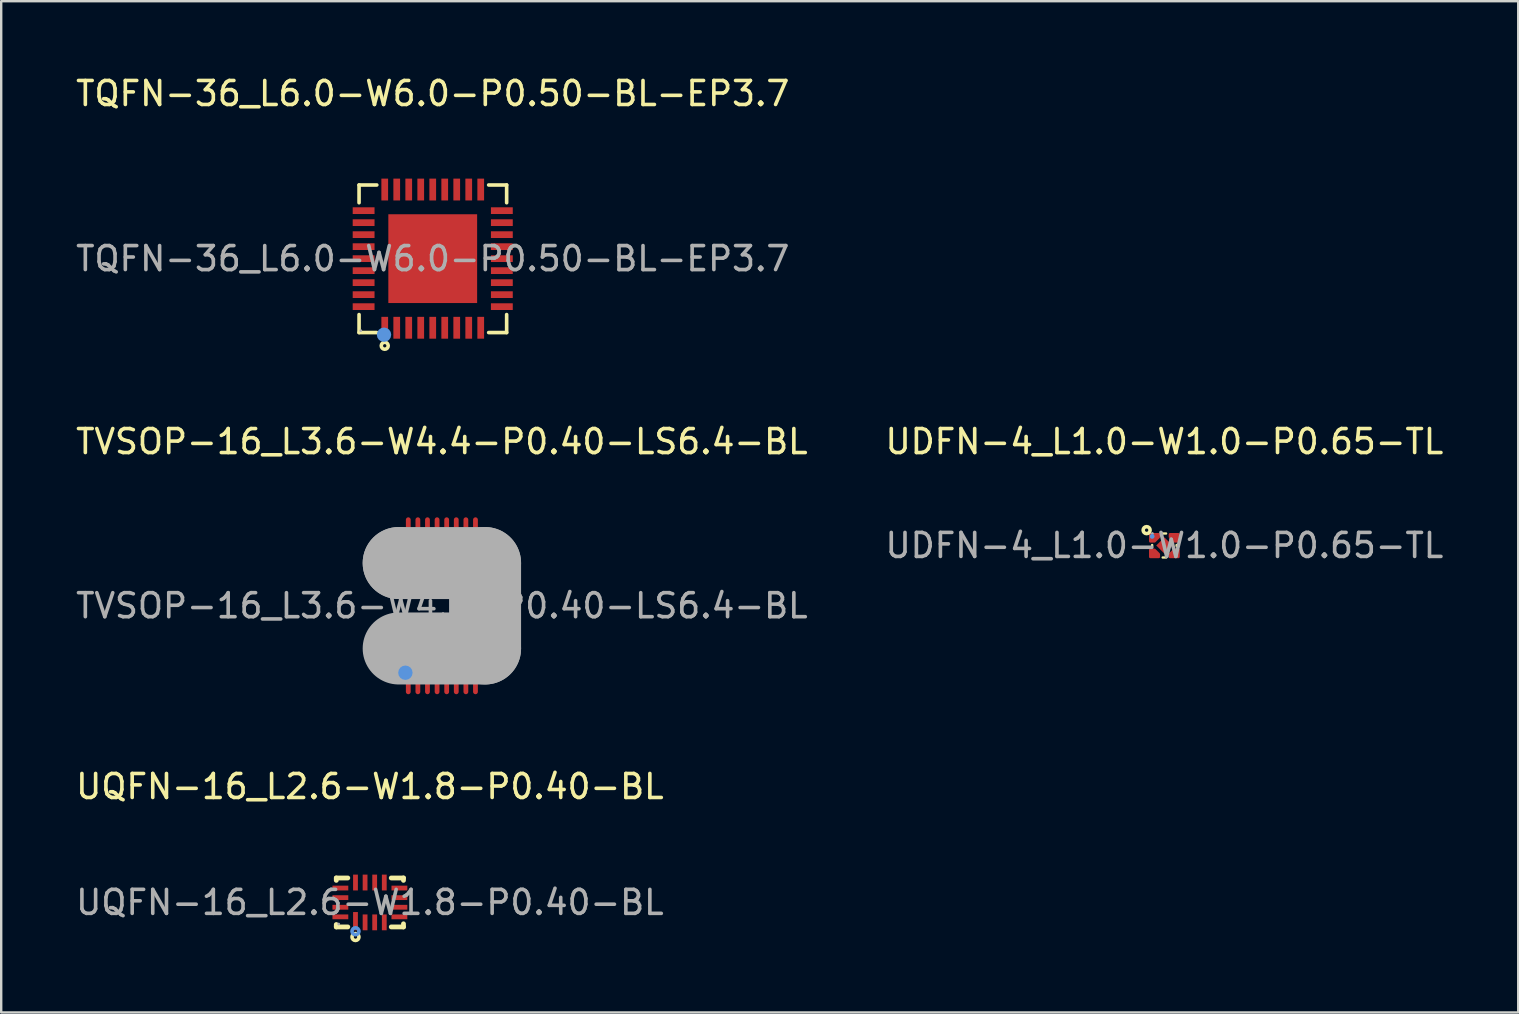
<source format=kicad_pcb>
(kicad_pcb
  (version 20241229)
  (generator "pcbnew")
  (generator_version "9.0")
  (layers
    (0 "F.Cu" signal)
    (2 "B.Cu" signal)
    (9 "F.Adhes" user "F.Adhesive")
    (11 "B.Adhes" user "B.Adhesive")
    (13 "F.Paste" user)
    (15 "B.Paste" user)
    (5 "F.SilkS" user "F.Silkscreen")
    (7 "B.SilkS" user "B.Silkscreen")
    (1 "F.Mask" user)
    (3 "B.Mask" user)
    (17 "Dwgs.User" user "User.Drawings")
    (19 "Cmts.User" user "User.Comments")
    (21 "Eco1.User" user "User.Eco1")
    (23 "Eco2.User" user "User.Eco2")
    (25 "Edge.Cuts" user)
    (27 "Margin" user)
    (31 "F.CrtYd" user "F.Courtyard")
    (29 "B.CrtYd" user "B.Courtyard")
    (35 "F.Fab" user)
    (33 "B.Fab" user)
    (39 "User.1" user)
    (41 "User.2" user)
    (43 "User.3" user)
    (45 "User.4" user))
  (footprint "TVSOP-16_L3.6-W4.4-P0.40-LS6.4-BL"
    (layer "F.Cu")
    (at 15.363 22.192)
    (property "Reference" "TVSOP-16_L3.6-W4.4-P0.40-LS6.4-BL" (at 0 -6.84 0) (layer "F.SilkS") (effects (font (size 1 1) (thickness 0.15))))
    (attr smd)
    (fp_circle (center -1.96 2.84) (end -1.81 2.84) (stroke (width 0.3) (type solid)) (fill no) (layer "F.SilkS"))
    (fp_circle (center -1.4 1.02) (end -1.25 1.02) (stroke (width 0.3) (type solid)) (fill no) (layer "F.SilkS"))
    (fp_circle (center -1.52 2.79) (end -1.37 2.79) (stroke (width 0.3) (type solid)) (fill no) (layer "Cmts.User"))
    (fp_line (start -1.8 -1.78) (end -1.8 -1.78) (stroke (width 3) (type solid)) (layer "F.Fab"))
    (fp_line (start -1.8 -1.78) (end 1.8 -1.78) (stroke (width 3) (type solid)) (layer "F.Fab"))
    (fp_line (start 1.8 -1.78) (end 1.8 1.78) (stroke (width 3) (type solid)) (layer "F.Fab"))
    (fp_line (start 1.8 1.78) (end -1.8 1.78) (stroke (width 3) (type solid)) (layer "F.Fab"))
    (fp_circle (center -1.8 3.2) (end -1.77 3.2) (stroke (width 0.06) (type solid)) (fill no) (layer "F.Fab"))
    (fp_text user "${REFERENCE}" (at 0 0 0) (layer "F.Fab") (effects (font (size 1 1) (thickness 0.15))))
    (pad "1" smd oval (at -1.4 2.84) (size 0.2 1.69) (layers "F.Cu" "F.Mask" "F.Paste"))
    (pad "2" smd oval (at -1 2.84) (size 0.2 1.69) (layers "F.Cu" "F.Mask" "F.Paste"))
    (pad "3" smd oval (at -0.6 2.84) (size 0.2 1.69) (layers "F.Cu" "F.Mask" "F.Paste"))
    (pad "4" smd oval (at -0.2 2.84) (size 0.2 1.69) (layers "F.Cu" "F.Mask" "F.Paste"))
    (pad "5" smd oval (at 0.2 2.84) (size 0.2 1.69) (layers "F.Cu" "F.Mask" "F.Paste"))
    (pad "6" smd oval (at 0.6 2.84) (size 0.2 1.69) (layers "F.Cu" "F.Mask" "F.Paste"))
    (pad "7" smd oval (at 1 2.84) (size 0.2 1.69) (layers "F.Cu" "F.Mask" "F.Paste"))
    (pad "8" smd oval (at 1.4 2.84) (size 0.2 1.69) (layers "F.Cu" "F.Mask" "F.Paste"))
    (pad "9" smd oval (at 1.4 -2.84) (size 0.2 1.69) (layers "F.Cu" "F.Mask" "F.Paste"))
    (pad "10" smd oval (at 1 -2.84) (size 0.2 1.69) (layers "F.Cu" "F.Mask" "F.Paste"))
    (pad "11" smd oval (at 0.6 -2.84) (size 0.2 1.69) (layers "F.Cu" "F.Mask" "F.Paste"))
    (pad "12" smd oval (at 0.2 -2.84) (size 0.2 1.69) (layers "F.Cu" "F.Mask" "F.Paste"))
    (pad "13" smd oval (at -0.2 -2.84) (size 0.2 1.69) (layers "F.Cu" "F.Mask" "F.Paste"))
    (pad "14" smd oval (at -0.6 -2.84) (size 0.2 1.69) (layers "F.Cu" "F.Mask" "F.Paste"))
    (pad "15" smd oval (at -1 -2.84) (size 0.2 1.69) (layers "F.Cu" "F.Mask" "F.Paste"))
    (pad "16" smd oval (at -1.4 -2.84) (size 0.2 1.69) (layers "F.Cu" "F.Mask" "F.Paste")))
  (footprint "UDFN-4_L1.0-W1.0-P0.65-TL"
    (layer "F.Cu")
    (at 45.47 19.681)
    (property "Reference" "UDFN-4_L1.0-W1.0-P0.65-TL" (at 0 -4.33 0) (layer "F.SilkS") (effects (font (size 1 1) (thickness 0.15))))
    (attr smd)
    (fp_line (start -0.51 -0.02) (end -0.51 0.02) (stroke (width 0.1) (type solid)) (layer "F.SilkS"))
    (fp_line (start 0.07 -0.5) (end -0.07 -0.5) (stroke (width 0.1) (type solid)) (layer "F.SilkS"))
    (fp_line (start 0.07 0.5) (end -0.07 0.5) (stroke (width 0.1) (type solid)) (layer "F.SilkS"))
    (fp_line (start 0.51 -0.02) (end 0.51 0.02) (stroke (width 0.1) (type solid)) (layer "F.SilkS"))
    (fp_circle (center -0.74 -0.64) (end -0.67 -0.64) (stroke (width 0.15) (type solid)) (fill no) (layer "F.SilkS"))
    (fp_circle (center -0.51 -0.38) (end -0.46 -0.38) (stroke (width 0.1) (type solid)) (fill no) (layer "Cmts.User"))
    (fp_circle (center -0.5 -0.5) (end -0.47 -0.5) (stroke (width 0.06) (type solid)) (fill no) (layer "F.Fab"))
    (fp_text user "${REFERENCE}" (at 0 0 0) (layer "F.Fab") (effects (font (size 1 1) (thickness 0.15))))
    (pad "1" smd custom (at -0.42 -0.33) (size 0.01 0.01) (layers "F.Cu" "F.Mask" "F.Paste") (options (anchor circle)) (primitives (gr_poly (pts (xy 0.19 -0.14) (xy -0.17 -0.14) (xy -0.17 0.16) (xy 0.01 0.16) (xy 0.19 -0.02)) (width 0.1) (fill yes))))
    (pad "2" smd custom (at -0.42 0.32) (size 0.01 0.01) (layers "F.Cu" "F.Mask" "F.Paste") (options (anchor circle)) (primitives (gr_poly (pts (xy 0.19 0.16) (xy -0.17 0.16) (xy -0.17 -0.14) (xy 0.01 -0.14) (xy 0.19 0.04)) (width 0.1) (fill yes))))
    (pad "3" smd custom (at 0.42 0.33) (size 0.01 0.01) (layers "F.Cu" "F.Mask" "F.Paste") (options (anchor circle)) (primitives (gr_poly (pts (xy -0.19 0.15) (xy 0.17 0.15) (xy 0.17 -0.15) (xy -0.01 -0.15) (xy -0.19 0.03)) (width 0.1) (fill yes))))
    (pad "4" smd custom (at 0.42 -0.32) (size 0.01 0.01) (layers "F.Cu" "F.Mask" "F.Paste") (options (anchor circle)) (primitives (gr_poly (pts (xy -0.19 -0.15) (xy 0.17 -0.15) (xy 0.17 0.15) (xy -0.01 0.15) (xy -0.19 -0.03)) (width 0.1) (fill yes))))
    (pad "5" smd rect (at 0 0 315) (size 0.48 0.48) (layers "F.Cu" "F.Mask" "F.Paste")))
  (footprint "TQFN-36_L6.0-W6.0-P0.50-BL-EP3.7"
    (layer "F.Cu")
    (at 14.982 7.728)
    (property "Reference" "TQFN-36_L6.0-W6.0-P0.50-BL-EP3.7" (at 0 -6.88 0) (layer "F.SilkS") (effects (font (size 1 1) (thickness 0.15))))
    (attr smd)
    (fp_line (start -3.07 -3.07) (end -2.33 -3.07) (stroke (width 0.15) (type solid)) (layer "F.SilkS"))
    (fp_line (start -3.07 -2.33) (end -3.07 -3.07) (stroke (width 0.15) (type solid)) (layer "F.SilkS"))
    (fp_line (start -3.07 2.33) (end -3.07 3.08) (stroke (width 0.15) (type solid)) (layer "F.SilkS"))
    (fp_line (start -3.07 3.08) (end -2.33 3.08) (stroke (width 0.15) (type solid)) (layer "F.SilkS"))
    (fp_line (start 3.08 -3.07) (end 2.33 -3.07) (stroke (width 0.15) (type solid)) (layer "F.SilkS"))
    (fp_line (start 3.08 -2.33) (end 3.08 -3.07) (stroke (width 0.15) (type solid)) (layer "F.SilkS"))
    (fp_line (start 3.08 2.33) (end 3.08 3.08) (stroke (width 0.15) (type solid)) (layer "F.SilkS"))
    (fp_line (start 3.08 3.08) (end 2.33 3.08) (stroke (width 0.15) (type solid)) (layer "F.SilkS"))
    (fp_circle (center -2 3.63) (end -1.93 3.63) (stroke (width 0.15) (type solid)) (fill no) (layer "F.SilkS"))
    (fp_circle (center -2.03 3.17) (end -1.88 3.17) (stroke (width 0.3) (type solid)) (fill no) (layer "Cmts.User"))
    (fp_circle (center -3 3) (end -2.97 3) (stroke (width 0.06) (type solid)) (fill no) (layer "F.Fab"))
    (fp_text user "${REFERENCE}" (at 0 0 0) (layer "F.Fab") (effects (font (size 1 1) (thickness 0.15))))
    (pad "1" smd rect (at -2 2.88 90) (size 0.91 0.28) (layers "F.Cu" "F.Mask" "F.Paste"))
    (pad "2" smd rect (at -1.5 2.88 90) (size 0.91 0.28) (layers "F.Cu" "F.Mask" "F.Paste"))
    (pad "3" smd rect (at -1 2.88 90) (size 0.91 0.28) (layers "F.Cu" "F.Mask" "F.Paste"))
    (pad "4" smd rect (at -0.5 2.88 90) (size 0.91 0.28) (layers "F.Cu" "F.Mask" "F.Paste"))
    (pad "5" smd rect (at 0 2.88 90) (size 0.91 0.28) (layers "F.Cu" "F.Mask" "F.Paste"))
    (pad "6" smd rect (at 0.5 2.88 90) (size 0.91 0.28) (layers "F.Cu" "F.Mask" "F.Paste"))
    (pad "7" smd rect (at 1 2.88 90) (size 0.91 0.28) (layers "F.Cu" "F.Mask" "F.Paste"))
    (pad "8" smd rect (at 1.5 2.88 90) (size 0.91 0.28) (layers "F.Cu" "F.Mask" "F.Paste"))
    (pad "9" smd rect (at 2 2.88 90) (size 0.91 0.28) (layers "F.Cu" "F.Mask" "F.Paste"))
    (pad "10" smd rect (at 2.88 2 90) (size 0.28 0.91) (layers "F.Cu" "F.Mask" "F.Paste"))
    (pad "11" smd rect (at 2.88 1.5 90) (size 0.28 0.91) (layers "F.Cu" "F.Mask" "F.Paste"))
    (pad "12" smd rect (at 2.88 1 90) (size 0.28 0.91) (layers "F.Cu" "F.Mask" "F.Paste"))
    (pad "13" smd rect (at 2.88 0.5 90) (size 0.28 0.91) (layers "F.Cu" "F.Mask" "F.Paste"))
    (pad "14" smd rect (at 2.88 0 90) (size 0.28 0.91) (layers "F.Cu" "F.Mask" "F.Paste"))
    (pad "15" smd rect (at 2.88 -0.5 90) (size 0.28 0.91) (layers "F.Cu" "F.Mask" "F.Paste"))
    (pad "16" smd rect (at 2.88 -1 90) (size 0.28 0.91) (layers "F.Cu" "F.Mask" "F.Paste"))
    (pad "17" smd rect (at 2.88 -1.5 90) (size 0.28 0.91) (layers "F.Cu" "F.Mask" "F.Paste"))
    (pad "18" smd rect (at 2.88 -2 90) (size 0.28 0.91) (layers "F.Cu" "F.Mask" "F.Paste"))
    (pad "19" smd rect (at 2 -2.88 90) (size 0.91 0.28) (layers "F.Cu" "F.Mask" "F.Paste"))
    (pad "20" smd rect (at 1.5 -2.88 90) (size 0.91 0.28) (layers "F.Cu" "F.Mask" "F.Paste"))
    (pad "21" smd rect (at 1 -2.88 90) (size 0.91 0.28) (layers "F.Cu" "F.Mask" "F.Paste"))
    (pad "22" smd rect (at 0.5 -2.88 90) (size 0.91 0.28) (layers "F.Cu" "F.Mask" "F.Paste"))
    (pad "23" smd rect (at 0 -2.88 90) (size 0.91 0.28) (layers "F.Cu" "F.Mask" "F.Paste"))
    (pad "24" smd rect (at -0.5 -2.88 90) (size 0.91 0.28) (layers "F.Cu" "F.Mask" "F.Paste"))
    (pad "25" smd rect (at -1 -2.88 90) (size 0.91 0.28) (layers "F.Cu" "F.Mask" "F.Paste"))
    (pad "26" smd rect (at -1.5 -2.88 90) (size 0.91 0.28) (layers "F.Cu" "F.Mask" "F.Paste"))
    (pad "27" smd rect (at -2 -2.88 90) (size 0.91 0.28) (layers "F.Cu" "F.Mask" "F.Paste"))
    (pad "28" smd rect (at -2.88 -2 90) (size 0.28 0.91) (layers "F.Cu" "F.Mask" "F.Paste"))
    (pad "29" smd rect (at -2.88 -1.5 90) (size 0.28 0.91) (layers "F.Cu" "F.Mask" "F.Paste"))
    (pad "30" smd rect (at -2.88 -1 90) (size 0.28 0.91) (layers "F.Cu" "F.Mask" "F.Paste"))
    (pad "31" smd rect (at -2.88 -0.5 90) (size 0.28 0.91) (layers "F.Cu" "F.Mask" "F.Paste"))
    (pad "32" smd rect (at -2.88 0 90) (size 0.28 0.91) (layers "F.Cu" "F.Mask" "F.Paste"))
    (pad "33" smd rect (at -2.88 0.5 90) (size 0.28 0.91) (layers "F.Cu" "F.Mask" "F.Paste"))
    (pad "34" smd rect (at -2.88 1 90) (size 0.28 0.91) (layers "F.Cu" "F.Mask" "F.Paste"))
    (pad "35" smd rect (at -2.88 1.5 90) (size 0.28 0.91) (layers "F.Cu" "F.Mask" "F.Paste"))
    (pad "36" smd rect (at -2.88 2 90) (size 0.28 0.91) (layers "F.Cu" "F.Mask" "F.Paste"))
    (pad "37" smd rect (at 0 0 90) (size 3.7 3.7) (layers "F.Cu" "F.Mask" "F.Paste")))
  (footprint "UQFN-16_L2.6-W1.8-P0.40-BL"
    (layer "F.Cu")
    (at 12.363 34.555)
    (property "Reference" "UQFN-16_L2.6-W1.8-P0.40-BL" (at 0 -4.83 0) (layer "F.SilkS") (effects (font (size 1 1) (thickness 0.15))))
    (attr smd)
    (fp_line (start -1.4 -1.02) (end -1.4 -0.92) (stroke (width 0.2) (type solid)) (layer "F.SilkS"))
    (fp_line (start -1.4 0.92) (end -1.4 1.02) (stroke (width 0.2) (type solid)) (layer "F.SilkS"))
    (fp_line (start -1.4 1.02) (end -0.92 1.02) (stroke (width 0.2) (type solid)) (layer "F.SilkS"))
    (fp_line (start -0.92 -1.02) (end -1.4 -1.02) (stroke (width 0.2) (type solid)) (layer "F.SilkS"))
    (fp_line (start 0.89 -1.02) (end 1.4 -1.02) (stroke (width 0.2) (type solid)) (layer "F.SilkS"))
    (fp_line (start 1.4 -1.02) (end 1.4 -0.92) (stroke (width 0.2) (type solid)) (layer "F.SilkS"))
    (fp_line (start 1.4 0.89) (end 1.4 1.02) (stroke (width 0.2) (type solid)) (layer "F.SilkS"))
    (fp_line (start 1.4 1.02) (end 0.89 1.02) (stroke (width 0.2) (type solid)) (layer "F.SilkS"))
    (fp_circle (center -0.6 1.44) (end -0.53 1.44) (stroke (width 0.15) (type solid)) (fill no) (layer "F.SilkS"))
    (fp_circle (center -0.6 1.2) (end -0.53 1.2) (stroke (width 0.15) (type solid)) (fill no) (layer "Cmts.User"))
    (fp_circle (center -1.3 0.9) (end -1.27 0.9) (stroke (width 0.06) (type solid)) (fill no) (layer "F.Fab"))
    (fp_text user "${REFERENCE}" (at 0 0 0) (layer "F.Fab") (effects (font (size 1 1) (thickness 0.15))))
    (pad "1" smd rect (at -0.6 0.78) (size 0.2 0.76) (layers "F.Cu" "F.Mask" "F.Paste"))
    (pad "2" smd rect (at -0.2 0.83) (size 0.2 0.66) (layers "F.Cu" "F.Mask" "F.Paste"))
    (pad "3" smd rect (at 0.2 0.83) (size 0.2 0.66) (layers "F.Cu" "F.Mask" "F.Paste"))
    (pad "4" smd rect (at 0.6 0.83) (size 0.2 0.66) (layers "F.Cu" "F.Mask" "F.Paste"))
    (pad "5" smd rect (at 1.23 0.6) (size 0.66 0.2) (layers "F.Cu" "F.Mask" "F.Paste"))
    (pad "6" smd rect (at 1.23 0.2) (size 0.66 0.2) (layers "F.Cu" "F.Mask" "F.Paste"))
    (pad "7" smd rect (at 1.23 -0.2) (size 0.66 0.2) (layers "F.Cu" "F.Mask" "F.Paste"))
    (pad "8" smd rect (at 1.23 -0.6) (size 0.66 0.2) (layers "F.Cu" "F.Mask" "F.Paste"))
    (pad "9" smd rect (at 0.6 -0.83) (size 0.2 0.66) (layers "F.Cu" "F.Mask" "F.Paste"))
    (pad "10" smd rect (at 0.2 -0.83) (size 0.2 0.66) (layers "F.Cu" "F.Mask" "F.Paste"))
    (pad "11" smd rect (at -0.2 -0.83) (size 0.2 0.66) (layers "F.Cu" "F.Mask" "F.Paste"))
    (pad "12" smd rect (at -0.6 -0.83) (size 0.2 0.66) (layers "F.Cu" "F.Mask" "F.Paste"))
    (pad "13" smd rect (at -1.23 -0.6) (size 0.66 0.2) (layers "F.Cu" "F.Mask" "F.Paste"))
    (pad "14" smd rect (at -1.23 -0.2) (size 0.66 0.2) (layers "F.Cu" "F.Mask" "F.Paste"))
    (pad "15" smd rect (at -1.23 0.2) (size 0.66 0.2) (layers "F.Cu" "F.Mask" "F.Paste"))
    (pad "16" smd rect (at -1.23 0.6) (size 0.66 0.2) (layers "F.Cu" "F.Mask" "F.Paste")))
  (gr_rect
    (start -3 -3)
    (end 60.214 39.14)
    (stroke (width 0.1) (type default))
    (fill no)
    (layer "Edge.Cuts")))
</source>
